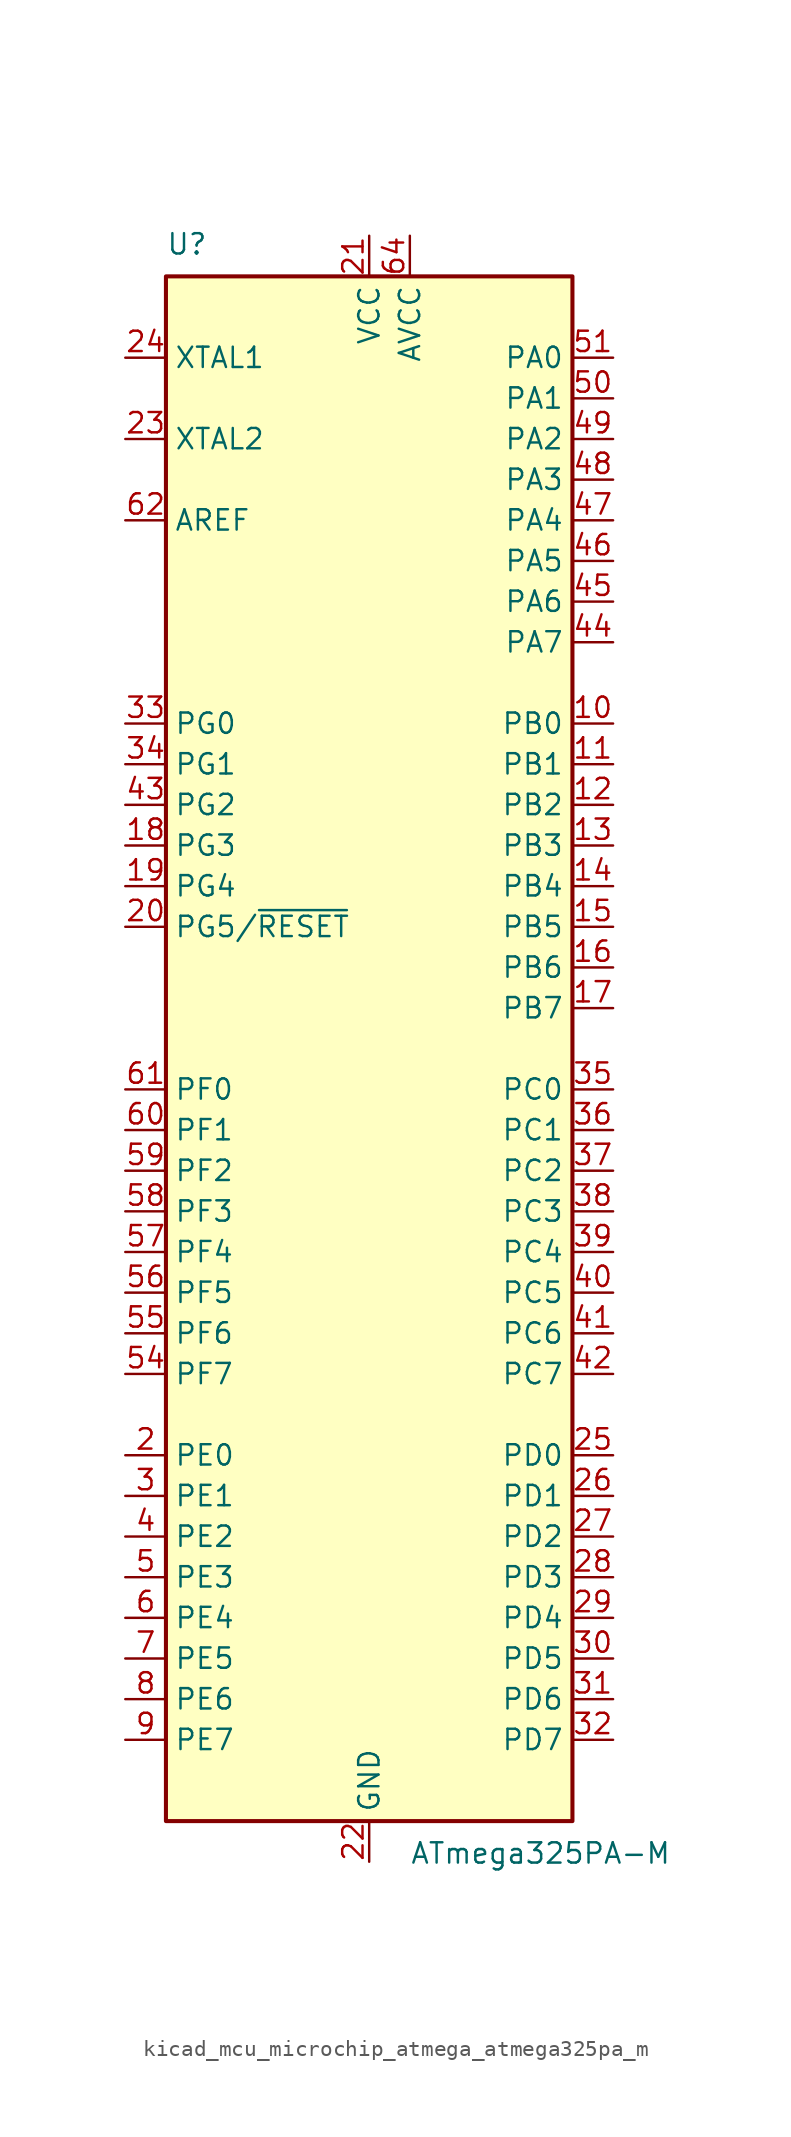
<source format=kicad_sym>
(kicad_symbol_lib
  (version 20220914)
  (generator kicad_symbol_editor)
  (symbol "kicad_mcu_microchip_atmega_atmega325pa_m"
    (property "Reference" "U"
      (at -12.7 49.53 0)
      (effects (font (size 1.27 1.27)) (justify left bottom)))
    (property "Value" "ATmega325PA-M"
      (at 2.54 -49.53 0)
      (effects (font (size 1.27 1.27)) (justify left top)))
    (symbol "kicad_mcu_microchip_atmega_atmega325pa_m_0_1"
      (rectangle (start -12.7 -48.26) (end 12.7 48.26) (stroke (width 0.254) (type default)) (fill (type background))))
    (symbol "kicad_mcu_microchip_atmega_atmega325pa_m_1_1"
      (pin no_connect line (at -12.7 -45.72 0) (length 2.54) hide (name "NC" (effects (font (size 1.27 1.27)))) (number "1" (effects (font (size 1.27 1.27)))))
      (pin bidirectional line (at 15.24 20.32 180) (length 2.54) (name "PB0" (effects (font (size 1.27 1.27)))) (number "10" (effects (font (size 1.27 1.27)))))
      (pin bidirectional line (at 15.24 17.78 180) (length 2.54) (name "PB1" (effects (font (size 1.27 1.27)))) (number "11" (effects (font (size 1.27 1.27)))))
      (pin bidirectional line (at 15.24 15.24 180) (length 2.54) (name "PB2" (effects (font (size 1.27 1.27)))) (number "12" (effects (font (size 1.27 1.27)))))
      (pin bidirectional line (at 15.24 12.7 180) (length 2.54) (name "PB3" (effects (font (size 1.27 1.27)))) (number "13" (effects (font (size 1.27 1.27)))))
      (pin bidirectional line (at 15.24 10.16 180) (length 2.54) (name "PB4" (effects (font (size 1.27 1.27)))) (number "14" (effects (font (size 1.27 1.27)))))
      (pin bidirectional line (at 15.24 7.62 180) (length 2.54) (name "PB5" (effects (font (size 1.27 1.27)))) (number "15" (effects (font (size 1.27 1.27)))))
      (pin bidirectional line (at 15.24 5.08 180) (length 2.54) (name "PB6" (effects (font (size 1.27 1.27)))) (number "16" (effects (font (size 1.27 1.27)))))
      (pin bidirectional line (at 15.24 2.54 180) (length 2.54) (name "PB7" (effects (font (size 1.27 1.27)))) (number "17" (effects (font (size 1.27 1.27)))))
      (pin bidirectional line (at -15.24 12.7 0) (length 2.54) (name "PG3" (effects (font (size 1.27 1.27)))) (number "18" (effects (font (size 1.27 1.27)))))
      (pin bidirectional line (at -15.24 10.16 0) (length 2.54) (name "PG4" (effects (font (size 1.27 1.27)))) (number "19" (effects (font (size 1.27 1.27)))))
      (pin bidirectional line (at -15.24 -25.4 0) (length 2.54) (name "PE0" (effects (font (size 1.27 1.27)))) (number "2" (effects (font (size 1.27 1.27)))))
      (pin bidirectional line (at -15.24 7.62 0) (length 2.54) (name "PG5/~{RESET}" (effects (font (size 1.27 1.27)))) (number "20" (effects (font (size 1.27 1.27)))))
      (pin power_in line (at 0 50.8 270) (length 2.54) (name "VCC" (effects (font (size 1.27 1.27)))) (number "21" (effects (font (size 1.27 1.27)))))
      (pin power_in line (at 0 -50.8 90) (length 2.54) (name "GND" (effects (font (size 1.27 1.27)))) (number "22" (effects (font (size 1.27 1.27)))))
      (pin output line (at -15.24 38.1 0) (length 2.54) (name "XTAL2" (effects (font (size 1.27 1.27)))) (number "23" (effects (font (size 1.27 1.27)))))
      (pin input line (at -15.24 43.18 0) (length 2.54) (name "XTAL1" (effects (font (size 1.27 1.27)))) (number "24" (effects (font (size 1.27 1.27)))))
      (pin bidirectional line (at 15.24 -25.4 180) (length 2.54) (name "PD0" (effects (font (size 1.27 1.27)))) (number "25" (effects (font (size 1.27 1.27)))))
      (pin bidirectional line (at 15.24 -27.94 180) (length 2.54) (name "PD1" (effects (font (size 1.27 1.27)))) (number "26" (effects (font (size 1.27 1.27)))))
      (pin bidirectional line (at 15.24 -30.48 180) (length 2.54) (name "PD2" (effects (font (size 1.27 1.27)))) (number "27" (effects (font (size 1.27 1.27)))))
      (pin bidirectional line (at 15.24 -33.02 180) (length 2.54) (name "PD3" (effects (font (size 1.27 1.27)))) (number "28" (effects (font (size 1.27 1.27)))))
      (pin bidirectional line (at 15.24 -35.56 180) (length 2.54) (name "PD4" (effects (font (size 1.27 1.27)))) (number "29" (effects (font (size 1.27 1.27)))))
      (pin bidirectional line (at -15.24 -27.94 0) (length 2.54) (name "PE1" (effects (font (size 1.27 1.27)))) (number "3" (effects (font (size 1.27 1.27)))))
      (pin bidirectional line (at 15.24 -38.1 180) (length 2.54) (name "PD5" (effects (font (size 1.27 1.27)))) (number "30" (effects (font (size 1.27 1.27)))))
      (pin bidirectional line (at 15.24 -40.64 180) (length 2.54) (name "PD6" (effects (font (size 1.27 1.27)))) (number "31" (effects (font (size 1.27 1.27)))))
      (pin bidirectional line (at 15.24 -43.18 180) (length 2.54) (name "PD7" (effects (font (size 1.27 1.27)))) (number "32" (effects (font (size 1.27 1.27)))))
      (pin bidirectional line (at -15.24 20.32 0) (length 2.54) (name "PG0" (effects (font (size 1.27 1.27)))) (number "33" (effects (font (size 1.27 1.27)))))
      (pin bidirectional line (at -15.24 17.78 0) (length 2.54) (name "PG1" (effects (font (size 1.27 1.27)))) (number "34" (effects (font (size 1.27 1.27)))))
      (pin bidirectional line (at 15.24 -2.54 180) (length 2.54) (name "PC0" (effects (font (size 1.27 1.27)))) (number "35" (effects (font (size 1.27 1.27)))))
      (pin bidirectional line (at 15.24 -5.08 180) (length 2.54) (name "PC1" (effects (font (size 1.27 1.27)))) (number "36" (effects (font (size 1.27 1.27)))))
      (pin bidirectional line (at 15.24 -7.62 180) (length 2.54) (name "PC2" (effects (font (size 1.27 1.27)))) (number "37" (effects (font (size 1.27 1.27)))))
      (pin bidirectional line (at 15.24 -10.16 180) (length 2.54) (name "PC3" (effects (font (size 1.27 1.27)))) (number "38" (effects (font (size 1.27 1.27)))))
      (pin bidirectional line (at 15.24 -12.7 180) (length 2.54) (name "PC4" (effects (font (size 1.27 1.27)))) (number "39" (effects (font (size 1.27 1.27)))))
      (pin bidirectional line (at -15.24 -30.48 0) (length 2.54) (name "PE2" (effects (font (size 1.27 1.27)))) (number "4" (effects (font (size 1.27 1.27)))))
      (pin bidirectional line (at 15.24 -15.24 180) (length 2.54) (name "PC5" (effects (font (size 1.27 1.27)))) (number "40" (effects (font (size 1.27 1.27)))))
      (pin bidirectional line (at 15.24 -17.78 180) (length 2.54) (name "PC6" (effects (font (size 1.27 1.27)))) (number "41" (effects (font (size 1.27 1.27)))))
      (pin bidirectional line (at 15.24 -20.32 180) (length 2.54) (name "PC7" (effects (font (size 1.27 1.27)))) (number "42" (effects (font (size 1.27 1.27)))))
      (pin bidirectional line (at -15.24 15.24 0) (length 2.54) (name "PG2" (effects (font (size 1.27 1.27)))) (number "43" (effects (font (size 1.27 1.27)))))
      (pin bidirectional line (at 15.24 25.4 180) (length 2.54) (name "PA7" (effects (font (size 1.27 1.27)))) (number "44" (effects (font (size 1.27 1.27)))))
      (pin bidirectional line (at 15.24 27.94 180) (length 2.54) (name "PA6" (effects (font (size 1.27 1.27)))) (number "45" (effects (font (size 1.27 1.27)))))
      (pin bidirectional line (at 15.24 30.48 180) (length 2.54) (name "PA5" (effects (font (size 1.27 1.27)))) (number "46" (effects (font (size 1.27 1.27)))))
      (pin bidirectional line (at 15.24 33.02 180) (length 2.54) (name "PA4" (effects (font (size 1.27 1.27)))) (number "47" (effects (font (size 1.27 1.27)))))
      (pin bidirectional line (at 15.24 35.56 180) (length 2.54) (name "PA3" (effects (font (size 1.27 1.27)))) (number "48" (effects (font (size 1.27 1.27)))))
      (pin bidirectional line (at 15.24 38.1 180) (length 2.54) (name "PA2" (effects (font (size 1.27 1.27)))) (number "49" (effects (font (size 1.27 1.27)))))
      (pin bidirectional line (at -15.24 -33.02 0) (length 2.54) (name "PE3" (effects (font (size 1.27 1.27)))) (number "5" (effects (font (size 1.27 1.27)))))
      (pin bidirectional line (at 15.24 40.64 180) (length 2.54) (name "PA1" (effects (font (size 1.27 1.27)))) (number "50" (effects (font (size 1.27 1.27)))))
      (pin bidirectional line (at 15.24 43.18 180) (length 2.54) (name "PA0" (effects (font (size 1.27 1.27)))) (number "51" (effects (font (size 1.27 1.27)))))
      (pin passive line (at 0 50.8 270) (length 2.54) hide (name "VCC" (effects (font (size 1.27 1.27)))) (number "52" (effects (font (size 1.27 1.27)))))
      (pin passive line (at 0 -50.8 90) (length 2.54) hide (name "GND" (effects (font (size 1.27 1.27)))) (number "53" (effects (font (size 1.27 1.27)))))
      (pin bidirectional line (at -15.24 -20.32 0) (length 2.54) (name "PF7" (effects (font (size 1.27 1.27)))) (number "54" (effects (font (size 1.27 1.27)))))
      (pin bidirectional line (at -15.24 -17.78 0) (length 2.54) (name "PF6" (effects (font (size 1.27 1.27)))) (number "55" (effects (font (size 1.27 1.27)))))
      (pin bidirectional line (at -15.24 -15.24 0) (length 2.54) (name "PF5" (effects (font (size 1.27 1.27)))) (number "56" (effects (font (size 1.27 1.27)))))
      (pin bidirectional line (at -15.24 -12.7 0) (length 2.54) (name "PF4" (effects (font (size 1.27 1.27)))) (number "57" (effects (font (size 1.27 1.27)))))
      (pin bidirectional line (at -15.24 -10.16 0) (length 2.54) (name "PF3" (effects (font (size 1.27 1.27)))) (number "58" (effects (font (size 1.27 1.27)))))
      (pin bidirectional line (at -15.24 -7.62 0) (length 2.54) (name "PF2" (effects (font (size 1.27 1.27)))) (number "59" (effects (font (size 1.27 1.27)))))
      (pin bidirectional line (at -15.24 -35.56 0) (length 2.54) (name "PE4" (effects (font (size 1.27 1.27)))) (number "6" (effects (font (size 1.27 1.27)))))
      (pin bidirectional line (at -15.24 -5.08 0) (length 2.54) (name "PF1" (effects (font (size 1.27 1.27)))) (number "60" (effects (font (size 1.27 1.27)))))
      (pin bidirectional line (at -15.24 -2.54 0) (length 2.54) (name "PF0" (effects (font (size 1.27 1.27)))) (number "61" (effects (font (size 1.27 1.27)))))
      (pin passive line (at -15.24 33.02 0) (length 2.54) (name "AREF" (effects (font (size 1.27 1.27)))) (number "62" (effects (font (size 1.27 1.27)))))
      (pin passive line (at 0 -50.8 90) (length 2.54) hide (name "GND" (effects (font (size 1.27 1.27)))) (number "63" (effects (font (size 1.27 1.27)))))
      (pin power_in line (at 2.54 50.8 270) (length 2.54) (name "AVCC" (effects (font (size 1.27 1.27)))) (number "64" (effects (font (size 1.27 1.27)))))
      (pin passive line (at 0 -50.8 90) (length 2.54) hide (name "GND" (effects (font (size 1.27 1.27)))) (number "65" (effects (font (size 1.27 1.27)))))
      (pin bidirectional line (at -15.24 -38.1 0) (length 2.54) (name "PE5" (effects (font (size 1.27 1.27)))) (number "7" (effects (font (size 1.27 1.27)))))
      (pin bidirectional line (at -15.24 -40.64 0) (length 2.54) (name "PE6" (effects (font (size 1.27 1.27)))) (number "8" (effects (font (size 1.27 1.27)))))
      (pin bidirectional line (at -15.24 -43.18 0) (length 2.54) (name "PE7" (effects (font (size 1.27 1.27)))) (number "9" (effects (font (size 1.27 1.27))))))))
</source>
